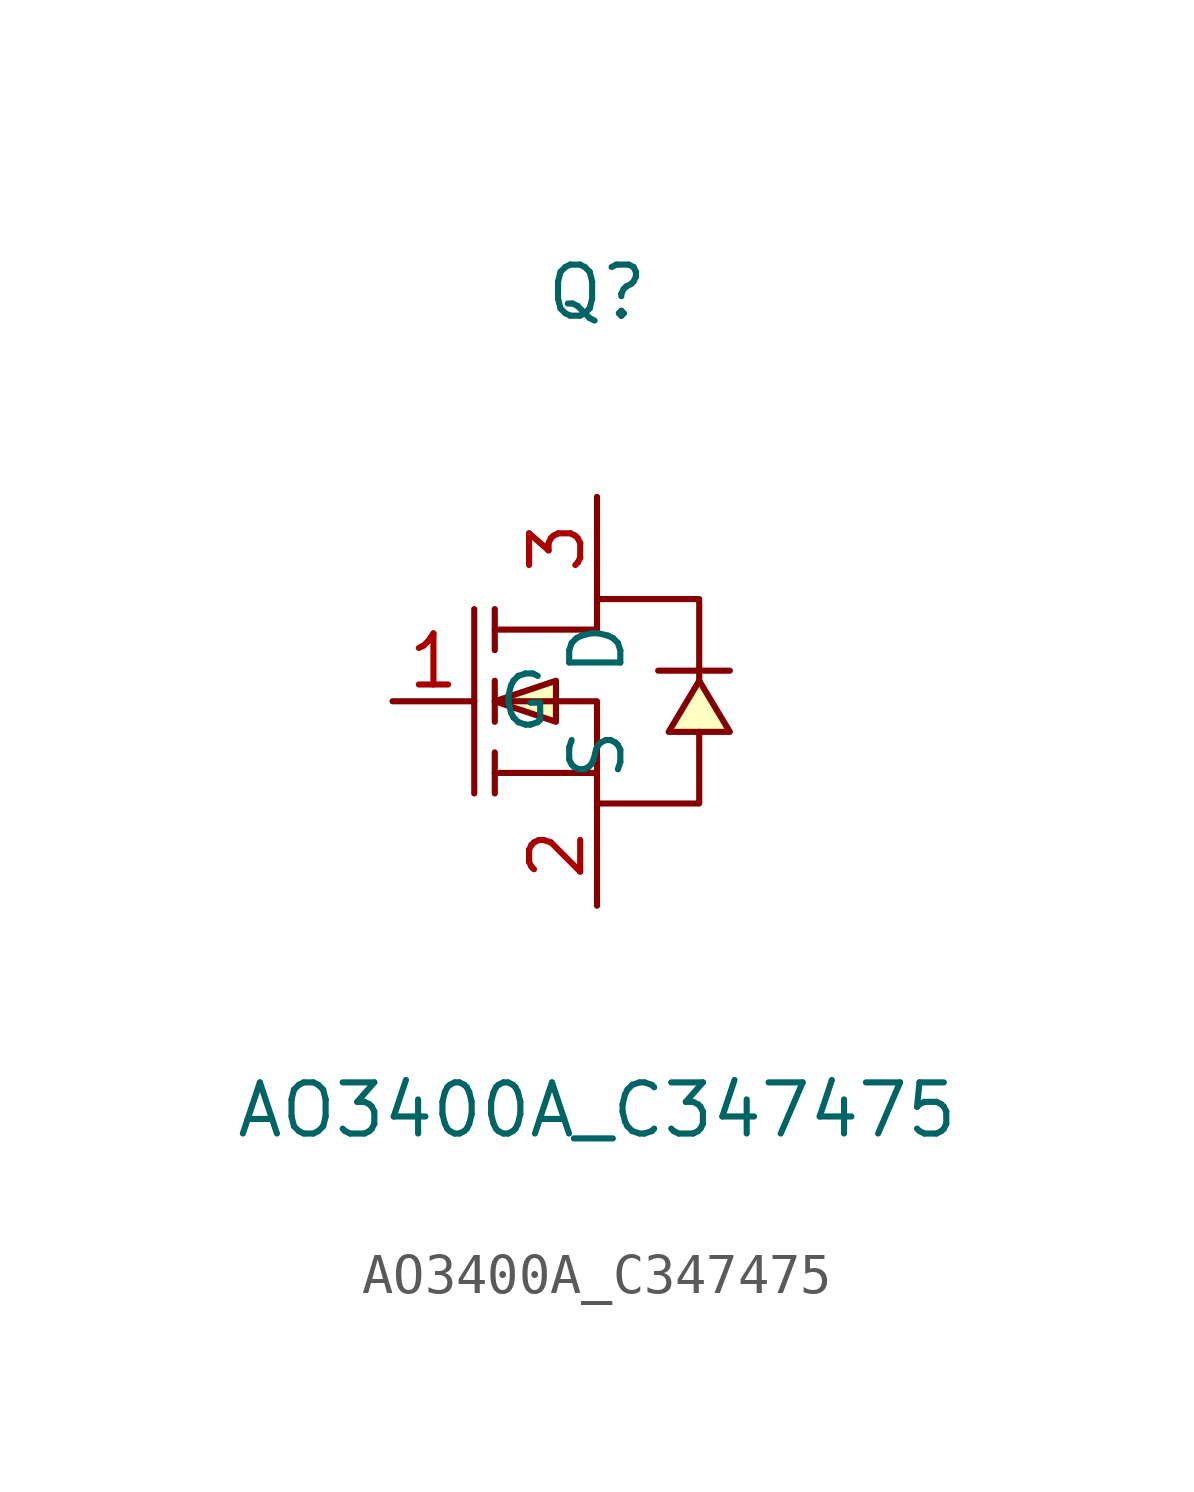
<source format=kicad_sym>
(kicad_symbol_lib
  (version 1)
  (generator "faebryk")
  (symbol "AO3400A_C347475"
    (property "Reference" "Q"
      (at 0 10.16 0)
      (effects (font (size 1.27 1.27)) (hide no)))
    (property "Value" "AO3400A_C347475"
      (at 0 -10.16 0)
      (effects (font (size 1.27 1.27)) (hide no)))
    (symbol "AO3400A_C347475_0_1"
      (polyline (stroke (width 0) (type default) (color 0 0 0 0)) (fill (type none)) (pts (xy 1.52 0.76) (xy 3.3 0.76)))
      (polyline (stroke (width 0) (type default) (color 0 0 0 0)) (fill (type none)) (pts (xy -2.54 -2.29) (xy -2.54 -1.27)))
      (polyline (stroke (width 0) (type default) (color 0 0 0 0)) (fill (type none)) (pts (xy -2.54 -0.51) (xy -2.54 0.51)))
      (polyline (stroke (width 0) (type default) (color 0 0 0 0)) (fill (type none)) (pts (xy -2.54 2.29) (xy -2.54 1.27)))
      (polyline (stroke (width 0) (type default) (color 0 0 0 0)) (fill (type none)) (pts (xy -3.05 2.29) (xy -3.05 -2.29)))
      (polyline (stroke (width 0) (type default) (color 0 0 0 0)) (fill (type none)) (pts (xy 0 -1.78) (xy -2.54 -1.78)))
      (polyline (stroke (width 0) (type default) (color 0 0 0 0)) (fill (type none)) (pts (xy -2.54 0) (xy 0 0) (xy 0 -2.54) (xy 2.54 -2.54) (xy 2.54 -0.76)))
      (polyline (stroke (width 0) (type default) (color 0 0 0 0)) (fill (type none)) (pts (xy -2.54 1.78) (xy 0 1.78) (xy 0 2.54) (xy 2.54 2.54) (xy 2.54 0.51)))
      (polyline (stroke (width 0) (type default) (color 0 0 0 0)) (fill (type background)) (pts (xy 2.54 0.51) (xy 1.78 -0.76) (xy 3.3 -0.76) (xy 2.54 0.51)))
      (polyline (stroke (width 0) (type default) (color 0 0 0 0)) (fill (type background)) (pts (xy -2.54 0) (xy -1.02 -0.51) (xy -1.02 0.51) (xy -2.54 0)))
      (pin unspecified line (at 0 -5.08 90) (length 2.54) (name "S" (effects (font (size 1.27 1.27)) (hide no))) (number "2" (effects (font (size 1.27 1.27)) (hide no))))
      (pin unspecified line (at -5.08 0 0) (length 2.032) (name "G" (effects (font (size 1.27 1.27)) (hide no))) (number "1" (effects (font (size 1.27 1.27)) (hide no))))
      (pin unspecified line (at 0 5.08 270) (length 2.54) (name "D" (effects (font (size 1.27 1.27)) (hide no))) (number "3" (effects (font (size 1.27 1.27)) (hide no)))))))
</source>
